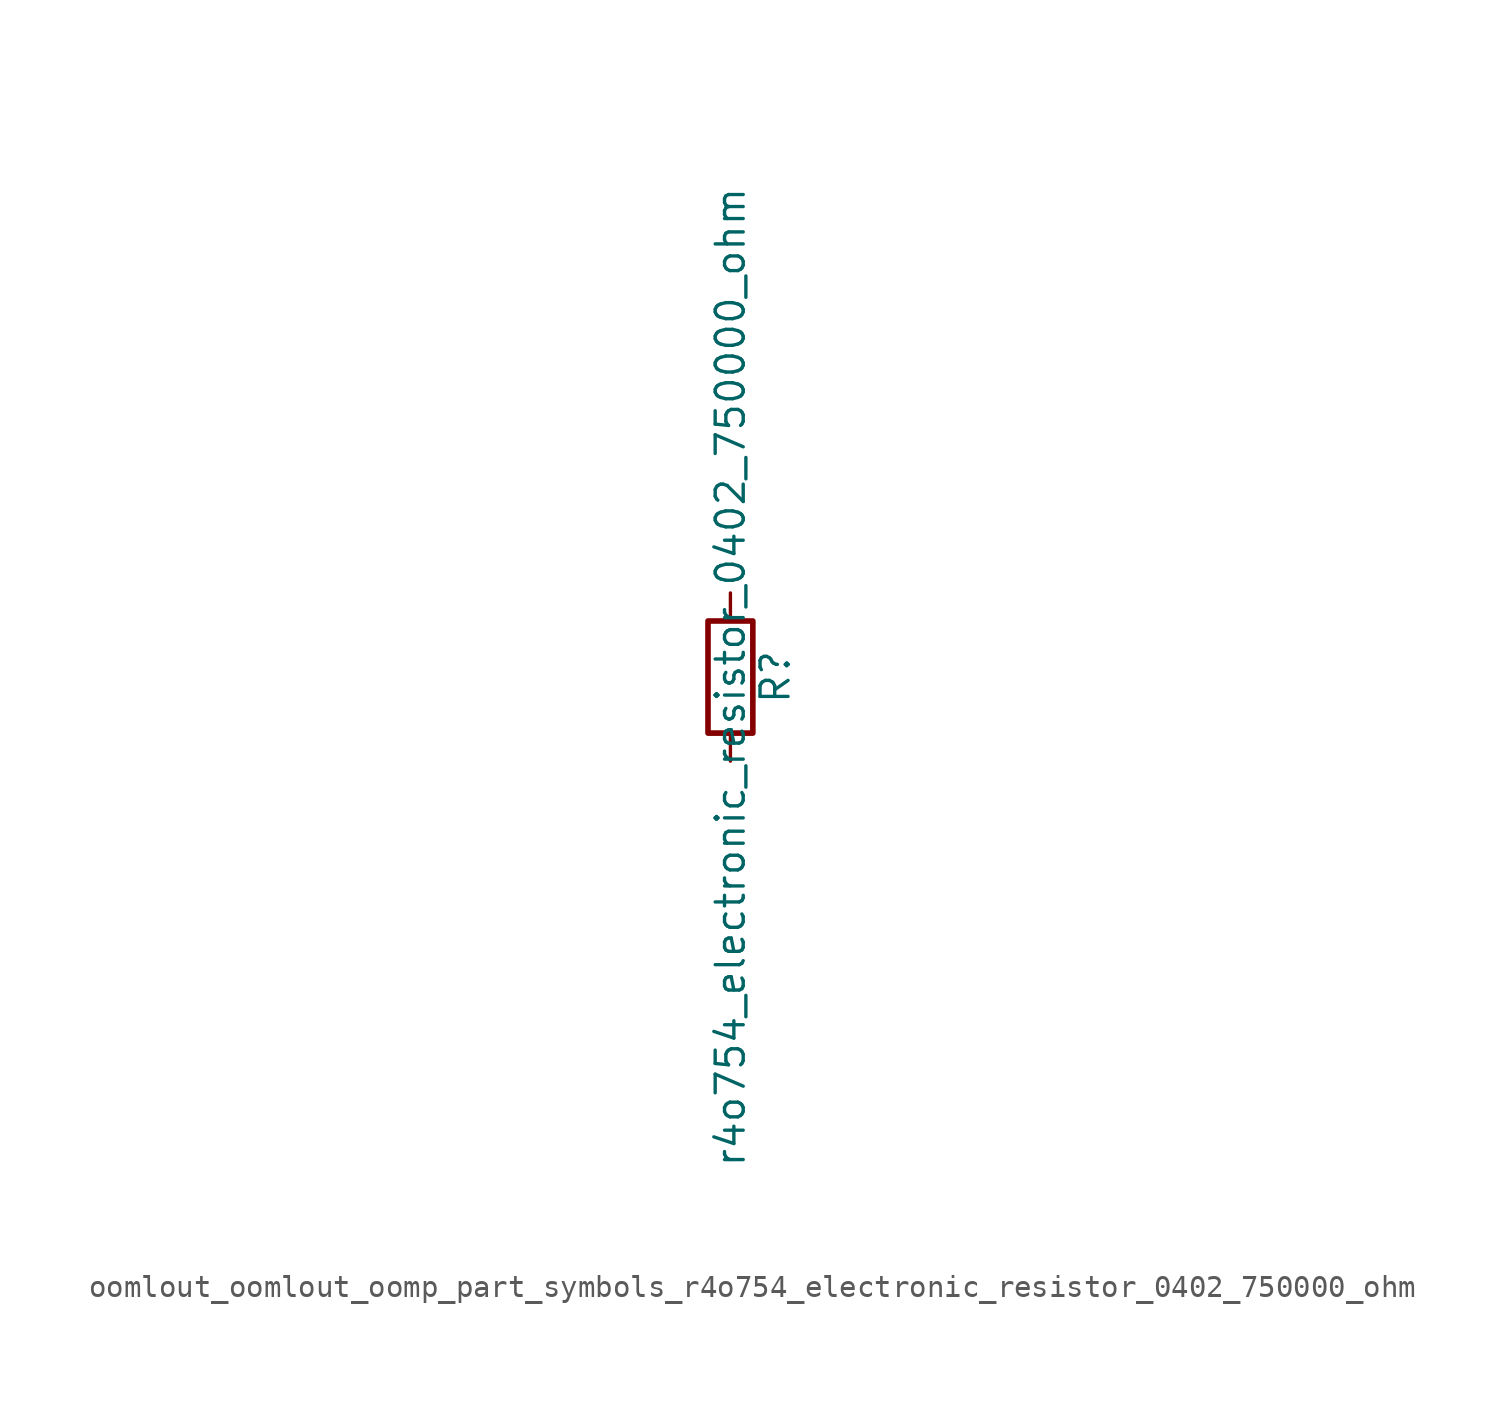
<source format=kicad_sym>
(kicad_symbol_lib
  (version 20220914)
  (generator kicad_symbol_editor)
  (symbol "oomlout_oomlout_oomp_part_symbols_r4o754_electronic_resistor_0402_750000_ohm"
    (pin_numbers hide)
    (pin_names
      (offset 0))
    (property "Reference" "R"
      (at 2.032 0 90)
      (effects (font (size 1.27 1.27))))
    (property "Value" "r4o754_electronic_resistor_0402_750000_ohm"
      (at 0 0 90)
      (effects (font (size 1.27 1.27))))
    (symbol "oomlout_oomlout_oomp_part_symbols_r4o754_electronic_resistor_0402_750000_ohm_0_1"
      (rectangle (start -1.016 -2.54) (end 1.016 2.54) (stroke (width 0.254) (type default)) (fill (type none))))
    (symbol "oomlout_oomlout_oomp_part_symbols_r4o754_electronic_resistor_0402_750000_ohm_1_1"
      (pin passive line (at 0 3.81 270) (length 1.27) (name "~" (effects (font (size 1.27 1.27)))) (number "1" (effects (font (size 1.27 1.27)))))
      (pin passive line (at 0 -3.81 90) (length 1.27) (name "~" (effects (font (size 1.27 1.27)))) (number "2" (effects (font (size 1.27 1.27))))))))
</source>
